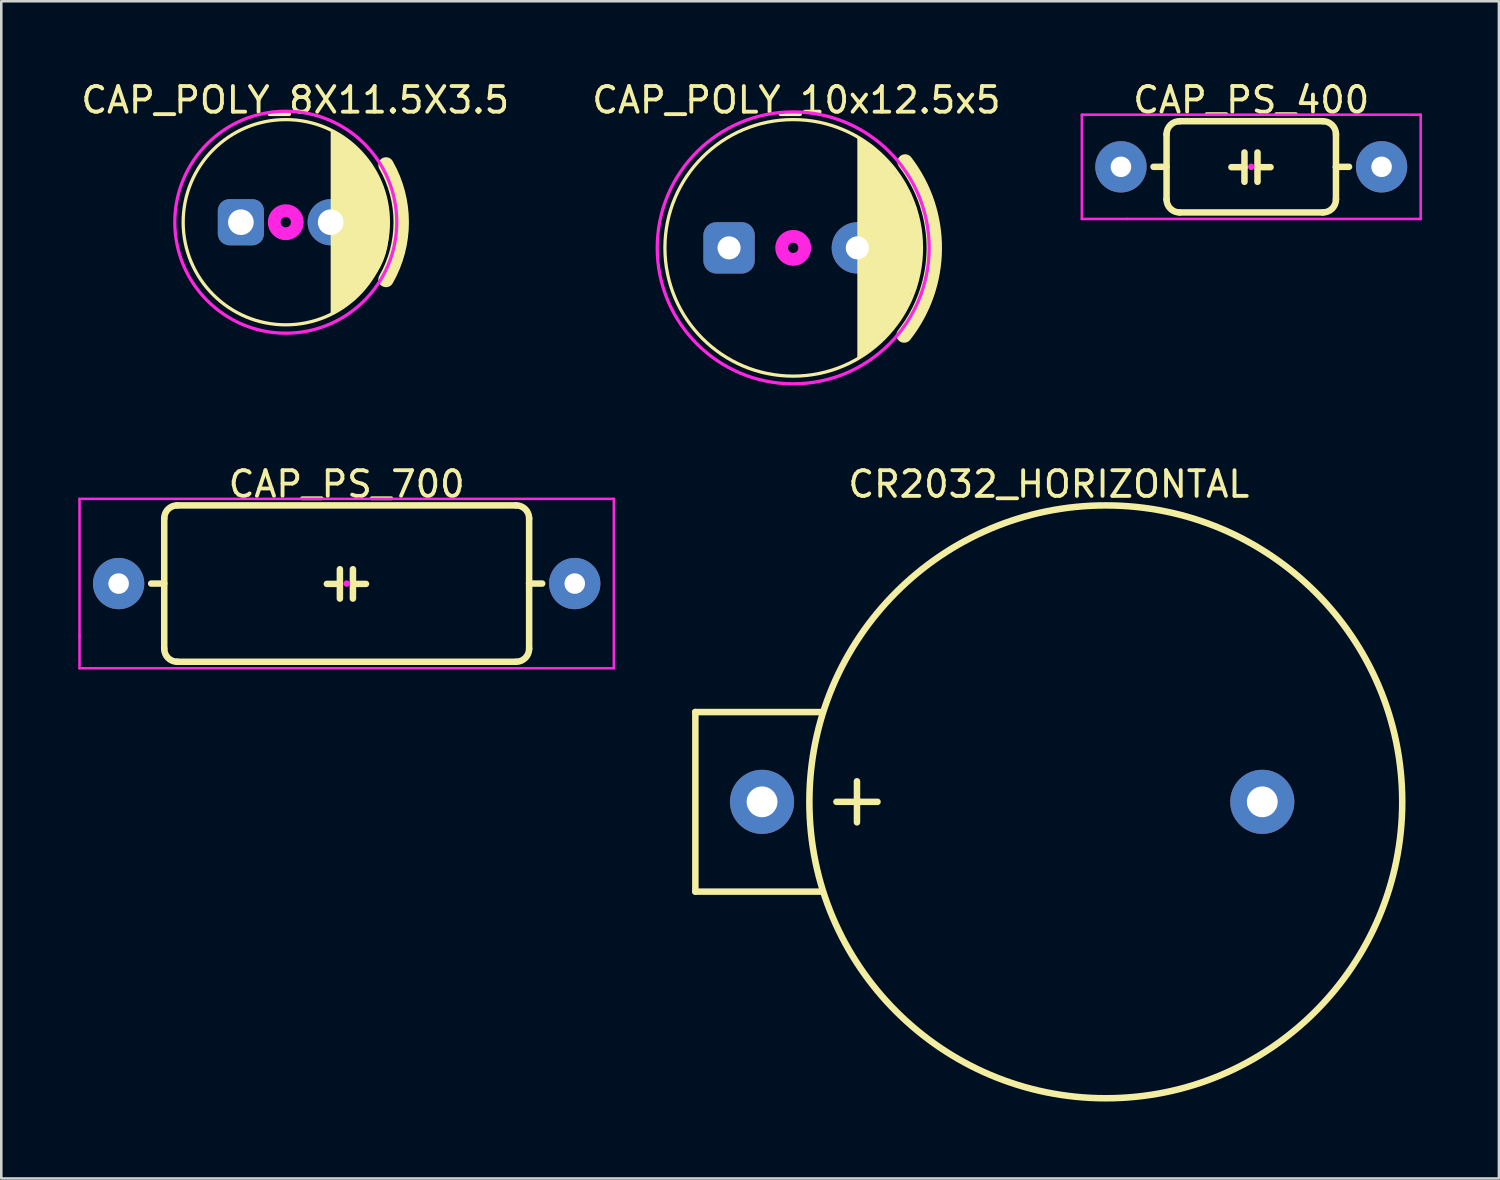
<source format=kicad_pcb>
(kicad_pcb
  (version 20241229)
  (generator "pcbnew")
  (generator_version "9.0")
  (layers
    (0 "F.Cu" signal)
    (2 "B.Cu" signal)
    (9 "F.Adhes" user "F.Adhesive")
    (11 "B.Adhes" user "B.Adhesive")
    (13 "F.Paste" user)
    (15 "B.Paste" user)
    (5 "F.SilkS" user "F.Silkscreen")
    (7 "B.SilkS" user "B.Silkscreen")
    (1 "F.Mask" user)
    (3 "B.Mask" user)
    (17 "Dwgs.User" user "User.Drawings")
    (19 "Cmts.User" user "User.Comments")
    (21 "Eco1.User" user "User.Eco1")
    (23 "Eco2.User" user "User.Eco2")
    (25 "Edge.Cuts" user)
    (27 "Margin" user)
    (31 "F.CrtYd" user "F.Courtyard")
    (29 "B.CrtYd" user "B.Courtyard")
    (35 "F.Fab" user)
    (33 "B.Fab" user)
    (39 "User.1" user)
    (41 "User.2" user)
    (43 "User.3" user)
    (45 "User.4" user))
  (footprint "CAP_POLY_8X11.5X3.5"
    (layer "F.Cu")
    (at 8.09 5.612)
    (property "Reference" "CAP_POLY_8X11.5X3.5" (at 0.368 -4.763 0) (layer "F.SilkS") (effects (font (size 1 1) (thickness 0.15))))
    (fp_arc (start 3.90709 -2.232633) (mid 4.5 0.000001) (end 3.907089 2.232634) (stroke (width 0.6) (type solid)) (layer "F.SilkS"))
    (fp_circle (center 0 0) (end 0 -4) (stroke (width 0.127) (type solid)) (fill no) (layer "F.SilkS"))
    (fp_poly (pts (xy 1.75 3.556) (xy 1.778 3.556) (xy 2.667 3.048) (xy 3.302 2.286) (xy 3.393 2.184) (xy 3.553 1.964) (xy 3.691 1.729) (xy 3.806 1.482) (xy 3.895 1.225) (xy 3.959 0.96) (xy 3.997 0.69) (xy 4.008 0.418) (xy 4 0.282) (xy 4 0.282) (xy 4 -0.282) (xy 3.999 -0.439) (xy 3.966 -0.752) (xy 3.903 -1.06) (xy 3.81 -1.361) (xy 3.687 -1.651) (xy 3.537 -1.927) (xy 3.361 -2.188) (xy 3.16 -2.429) (xy 3.048 -2.54) (xy 2.667 -3.048) (xy 1.778 -3.556) (xy 1.771 -3.549) (xy 1.761 -3.534) (xy 1.754 -3.516) (xy 1.75 -3.498) (xy 1.75 -3.488)) (stroke (width 0) (type default)) (fill yes) (layer "F.SilkS"))
    (fp_circle (center 0 0) (end 0 -4.326) (stroke (width 0.127) (type solid)) (fill no) (layer "F.CrtYd"))
    (fp_circle (center 0 0) (end 0 -0.2) (stroke (width 0.5) (type solid)) (fill no) (layer "F.CrtYd"))
    (pad "1" thru_hole roundrect (at -1.75 0) (size 1.8 1.8) (drill 1) (layers "*.Cu" "*.Mask") (roundrect_rratio 0.25))
    (pad "2" thru_hole circle (at 1.75 0) (size 1.8 1.8) (drill 1) (layers "*.Cu" "*.Mask")))
  (footprint "CAP_PS_700"
    (layer "F.Cu")
    (at 10.464 19.698)
    (property "Reference" "CAP_PS_700" (at 0 -3.875 0) (layer "F.SilkS") (effects (font (size 1 1) (thickness 0.15))))
    (fp_line (start -7.62 0) (end -7.112 0) (stroke (width 0.254) (type solid)) (layer "F.SilkS"))
    (fp_line (start -7.112 2.54) (end -7.112 -2.54) (stroke (width 0.254) (type solid)) (layer "F.SilkS"))
    (fp_line (start -6.604 -3.048) (end 6.604 -3.048) (stroke (width 0.254) (type solid)) (layer "F.SilkS"))
    (fp_line (start -6.604 3.048) (end 6.604 3.048) (stroke (width 0.254) (type solid)) (layer "F.SilkS"))
    (fp_line (start -0.773 0.013) (end -0.265 0.013) (stroke (width 0.254) (type solid)) (layer "F.SilkS"))
    (fp_line (start -0.265 0.584) (end -0.265 -0.559) (stroke (width 0.254) (type solid)) (layer "F.SilkS"))
    (fp_line (start 0.243 0.013) (end 0.751 0.013) (stroke (width 0.254) (type solid)) (layer "F.SilkS"))
    (fp_line (start 0.243 0.584) (end 0.243 -0.559) (stroke (width 0.254) (type solid)) (layer "F.SilkS"))
    (fp_line (start 7.112 0) (end 7.112 -2.54) (stroke (width 0.254) (type solid)) (layer "F.SilkS"))
    (fp_line (start 7.112 0) (end 7.62 0) (stroke (width 0.254) (type solid)) (layer "F.SilkS"))
    (fp_line (start 7.112 2.54) (end 7.112 0) (stroke (width 0.254) (type solid)) (layer "F.SilkS"))
    (fp_arc (start -7.112 -2.54) (mid -6.96321 -2.89921) (end -6.604 -3.048) (stroke (width 0.254) (type solid)) (layer "F.SilkS"))
    (fp_arc (start -6.604 3.048) (mid -6.96321 2.89921) (end -7.112 2.54) (stroke (width 0.254) (type solid)) (layer "F.SilkS"))
    (fp_arc (start 6.604 -3.048) (mid 6.96321 -2.89921) (end 7.112 -2.54) (stroke (width 0.254) (type solid)) (layer "F.SilkS"))
    (fp_arc (start 7.112 2.54) (mid 6.96321 2.89921) (end 6.604 3.048) (stroke (width 0.254) (type solid)) (layer "F.SilkS"))
    (fp_line (start -10.414 -3.302) (end 10.414 -3.302) (stroke (width 0.1) (type solid)) (layer "F.CrtYd"))
    (fp_line (start -10.414 2.032) (end -10.414 -3.302) (stroke (width 0.1) (type solid)) (layer "F.CrtYd"))
    (fp_line (start -10.414 3.302) (end -10.414 2.032) (stroke (width 0.1) (type solid)) (layer "F.CrtYd"))
    (fp_line (start -10.414 3.302) (end 10.414 3.302) (stroke (width 0.1) (type solid)) (layer "F.CrtYd"))
    (fp_line (start 10.414 3.302) (end 10.414 -3.302) (stroke (width 0.1) (type solid)) (layer "F.CrtYd"))
    (fp_circle (center 0 0) (end 0 -0.064) (stroke (width 0.127) (type solid)) (fill no) (layer "F.CrtYd"))
    (pad "1" thru_hole circle (at -8.89 0) (size 2 2) (drill 0.8) (layers "*.Cu" "*.Mask"))
    (pad "2" thru_hole circle (at 8.89 0) (size 2 2) (drill 0.8) (layers "*.Cu" "*.Mask")))
  (footprint "CAP_POLY_10x12.5x5"
    (layer "F.Cu")
    (at 27.869 6.612)
    (property "Reference" "CAP_POLY_10x12.5x5" (at 0.125 -5.763 0) (layer "F.SilkS") (effects (font (size 1 1) (thickness 0.15))))
    (fp_arc (start 4.3632 -3.348504) (mid 5.49991 0.031345) (end 4.32475 3.398019) (stroke (width 0.6) (type solid)) (layer "F.SilkS"))
    (fp_circle (center 0 0) (end 0 -5) (stroke (width 0.127) (type solid)) (fill no) (layer "F.SilkS"))
    (fp_poly (pts (xy 2.5 -4.3) (xy 2.6 -4.3) (xy 2.9 -4.1) (xy 3.1 -4) (xy 4 -3.1) (xy 4 -2.9) (xy 4.4 -2.5) (xy 4.4 -2.3) (xy 4.6 -2.1) (xy 4.6 -1.8) (xy 4.8 -1.6) (xy 4.8 -1.2) (xy 4.9 -1.1) (xy 5 -0.7) (xy 5 0.7) (xy 4.9 0.8) (xy 4.9 1.2) (xy 4.8 1.3) (xy 4.8 1.6) (xy 4.6 1.8) (xy 4.6 2.1) (xy 4.4 2.3) (xy 4.4 2.5) (xy 4.3 2.5) (xy 4.2 2.6) (xy 4.2 2.8) (xy 3.8 3.2) (xy 3.8 3.3) (xy 3.7 3.3) (xy 2.9 4.1) (xy 2.8 4.1) (xy 2.5 4.4)) (stroke (width 0) (type default)) (fill yes) (layer "F.SilkS"))
    (fp_circle (center 0 0) (end 0 -5.3) (stroke (width 0.127) (type solid)) (fill no) (layer "F.CrtYd"))
    (fp_circle (center 0 0) (end 0 -0.2) (stroke (width 0.5) (type solid)) (fill no) (layer "F.CrtYd"))
    (pad "1" thru_hole roundrect (at -2.5 0) (size 2 2) (drill 0.9) (layers "*.Cu" "*.Mask") (roundrect_rratio 0.25))
    (pad "2" thru_hole circle (at 2.5 0) (size 2 2) (drill 0.9) (layers "*.Cu" "*.Mask")))
  (footprint "CR2032_HORIZONTAL"
    (layer "F.Cu")
    (at 26.655 28.206)
    (property "Reference" "CR2032_HORIZONTAL" (at 11.178 -12.382 0) (layer "F.SilkS") (effects (font (size 1 1) (thickness 0.15))))
    (fp_line (start -2.6 -3.5) (end 2.3 -3.5) (stroke (width 0.254) (type solid)) (layer "F.SilkS"))
    (fp_line (start -2.6 3.5) (end -2.6 -3.5) (stroke (width 0.254) (type solid)) (layer "F.SilkS"))
    (fp_line (start -2.6 3.5) (end 2.3 3.5) (stroke (width 0.254) (type solid)) (layer "F.SilkS"))
    (fp_line (start 2.9 0) (end 4.5 0) (stroke (width 0.254) (type solid)) (layer "F.SilkS"))
    (fp_line (start 3.7 0) (end 3.7 -0.8) (stroke (width 0.254) (type solid)) (layer "F.SilkS"))
    (fp_line (start 3.7 0) (end 3.8 0) (stroke (width 0.254) (type solid)) (layer "F.SilkS"))
    (fp_line (start 3.7 0.8) (end 3.7 0) (stroke (width 0.254) (type solid)) (layer "F.SilkS"))
    (fp_circle (center 13.4 0) (end 13.4 -11.555) (stroke (width 0.254) (type solid)) (fill no) (layer "F.SilkS"))
    (pad "+" thru_hole circle (at 0 0) (size 2.5 2.5) (drill 1.2) (layers "*.Cu" "*.Mask"))
    (pad "-" thru_hole circle (at 19.5 0) (size 2.5 2.5) (drill 1.2) (layers "*.Cu" "*.Mask")))
  (footprint "CAP_PS_400"
    (layer "F.Cu")
    (at 45.725 3.453)
    (property "Reference" "CAP_PS_400" (at 0 -2.605 0) (layer "F.SilkS") (effects (font (size 1 1) (thickness 0.15))))
    (fp_line (start -3.81 0) (end -3.302 0) (stroke (width 0.254) (type solid)) (layer "F.SilkS"))
    (fp_line (start -3.302 1.27) (end -3.302 -1.27) (stroke (width 0.254) (type solid)) (layer "F.SilkS"))
    (fp_line (start -2.794 -1.778) (end 2.794 -1.778) (stroke (width 0.254) (type solid)) (layer "F.SilkS"))
    (fp_line (start -2.794 1.778) (end 2.794 1.778) (stroke (width 0.254) (type solid)) (layer "F.SilkS"))
    (fp_line (start -0.773 0.013) (end -0.265 0.013) (stroke (width 0.254) (type solid)) (layer "F.SilkS"))
    (fp_line (start -0.265 0.584) (end -0.265 -0.559) (stroke (width 0.254) (type solid)) (layer "F.SilkS"))
    (fp_line (start 0.243 0.013) (end 0.751 0.013) (stroke (width 0.254) (type solid)) (layer "F.SilkS"))
    (fp_line (start 0.243 0.584) (end 0.243 -0.559) (stroke (width 0.254) (type solid)) (layer "F.SilkS"))
    (fp_line (start 3.302 0) (end 3.302 -1.27) (stroke (width 0.254) (type solid)) (layer "F.SilkS"))
    (fp_line (start 3.302 0) (end 3.81 0) (stroke (width 0.254) (type solid)) (layer "F.SilkS"))
    (fp_line (start 3.302 1.27) (end 3.302 0) (stroke (width 0.254) (type solid)) (layer "F.SilkS"))
    (fp_arc (start -3.302 -1.27) (mid -3.15321 -1.62921) (end -2.794 -1.778) (stroke (width 0.254) (type solid)) (layer "F.SilkS"))
    (fp_arc (start -2.794 1.778) (mid -3.15321 1.62921) (end -3.302 1.27) (stroke (width 0.254) (type solid)) (layer "F.SilkS"))
    (fp_arc (start 2.794 -1.778) (mid 3.15321 -1.62921) (end 3.302 -1.27) (stroke (width 0.254) (type solid)) (layer "F.SilkS"))
    (fp_arc (start 3.302 1.27) (mid 3.15321 1.62921) (end 2.794 1.778) (stroke (width 0.254) (type solid)) (layer "F.SilkS"))
    (fp_line (start -6.604 -2.032) (end 6.604 -2.032) (stroke (width 0.1) (type solid)) (layer "F.CrtYd"))
    (fp_line (start -6.604 2.032) (end -6.604 -2.032) (stroke (width 0.1) (type solid)) (layer "F.CrtYd"))
    (fp_line (start -6.604 2.032) (end -4.826 2.032) (stroke (width 0.1) (type solid)) (layer "F.CrtYd"))
    (fp_line (start -4.826 2.032) (end 6.604 2.032) (stroke (width 0.1) (type solid)) (layer "F.CrtYd"))
    (fp_line (start 6.604 2.032) (end 6.604 -2.032) (stroke (width 0.1) (type solid)) (layer "F.CrtYd"))
    (fp_circle (center 0 0) (end 0 -0.064) (stroke (width 0.127) (type solid)) (fill no) (layer "F.CrtYd"))
    (pad "1" thru_hole circle (at -5.08 0) (size 2 2) (drill 0.8) (layers "*.Cu" "*.Mask"))
    (pad "2" thru_hole circle (at 5.08 0) (size 2 2) (drill 0.8) (layers "*.Cu" "*.Mask")))
  (gr_rect
    (start -3 -3)
    (end 55.379 42.888)
    (stroke (width 0.1) (type default))
    (fill no)
    (layer "Edge.Cuts")))
</source>
